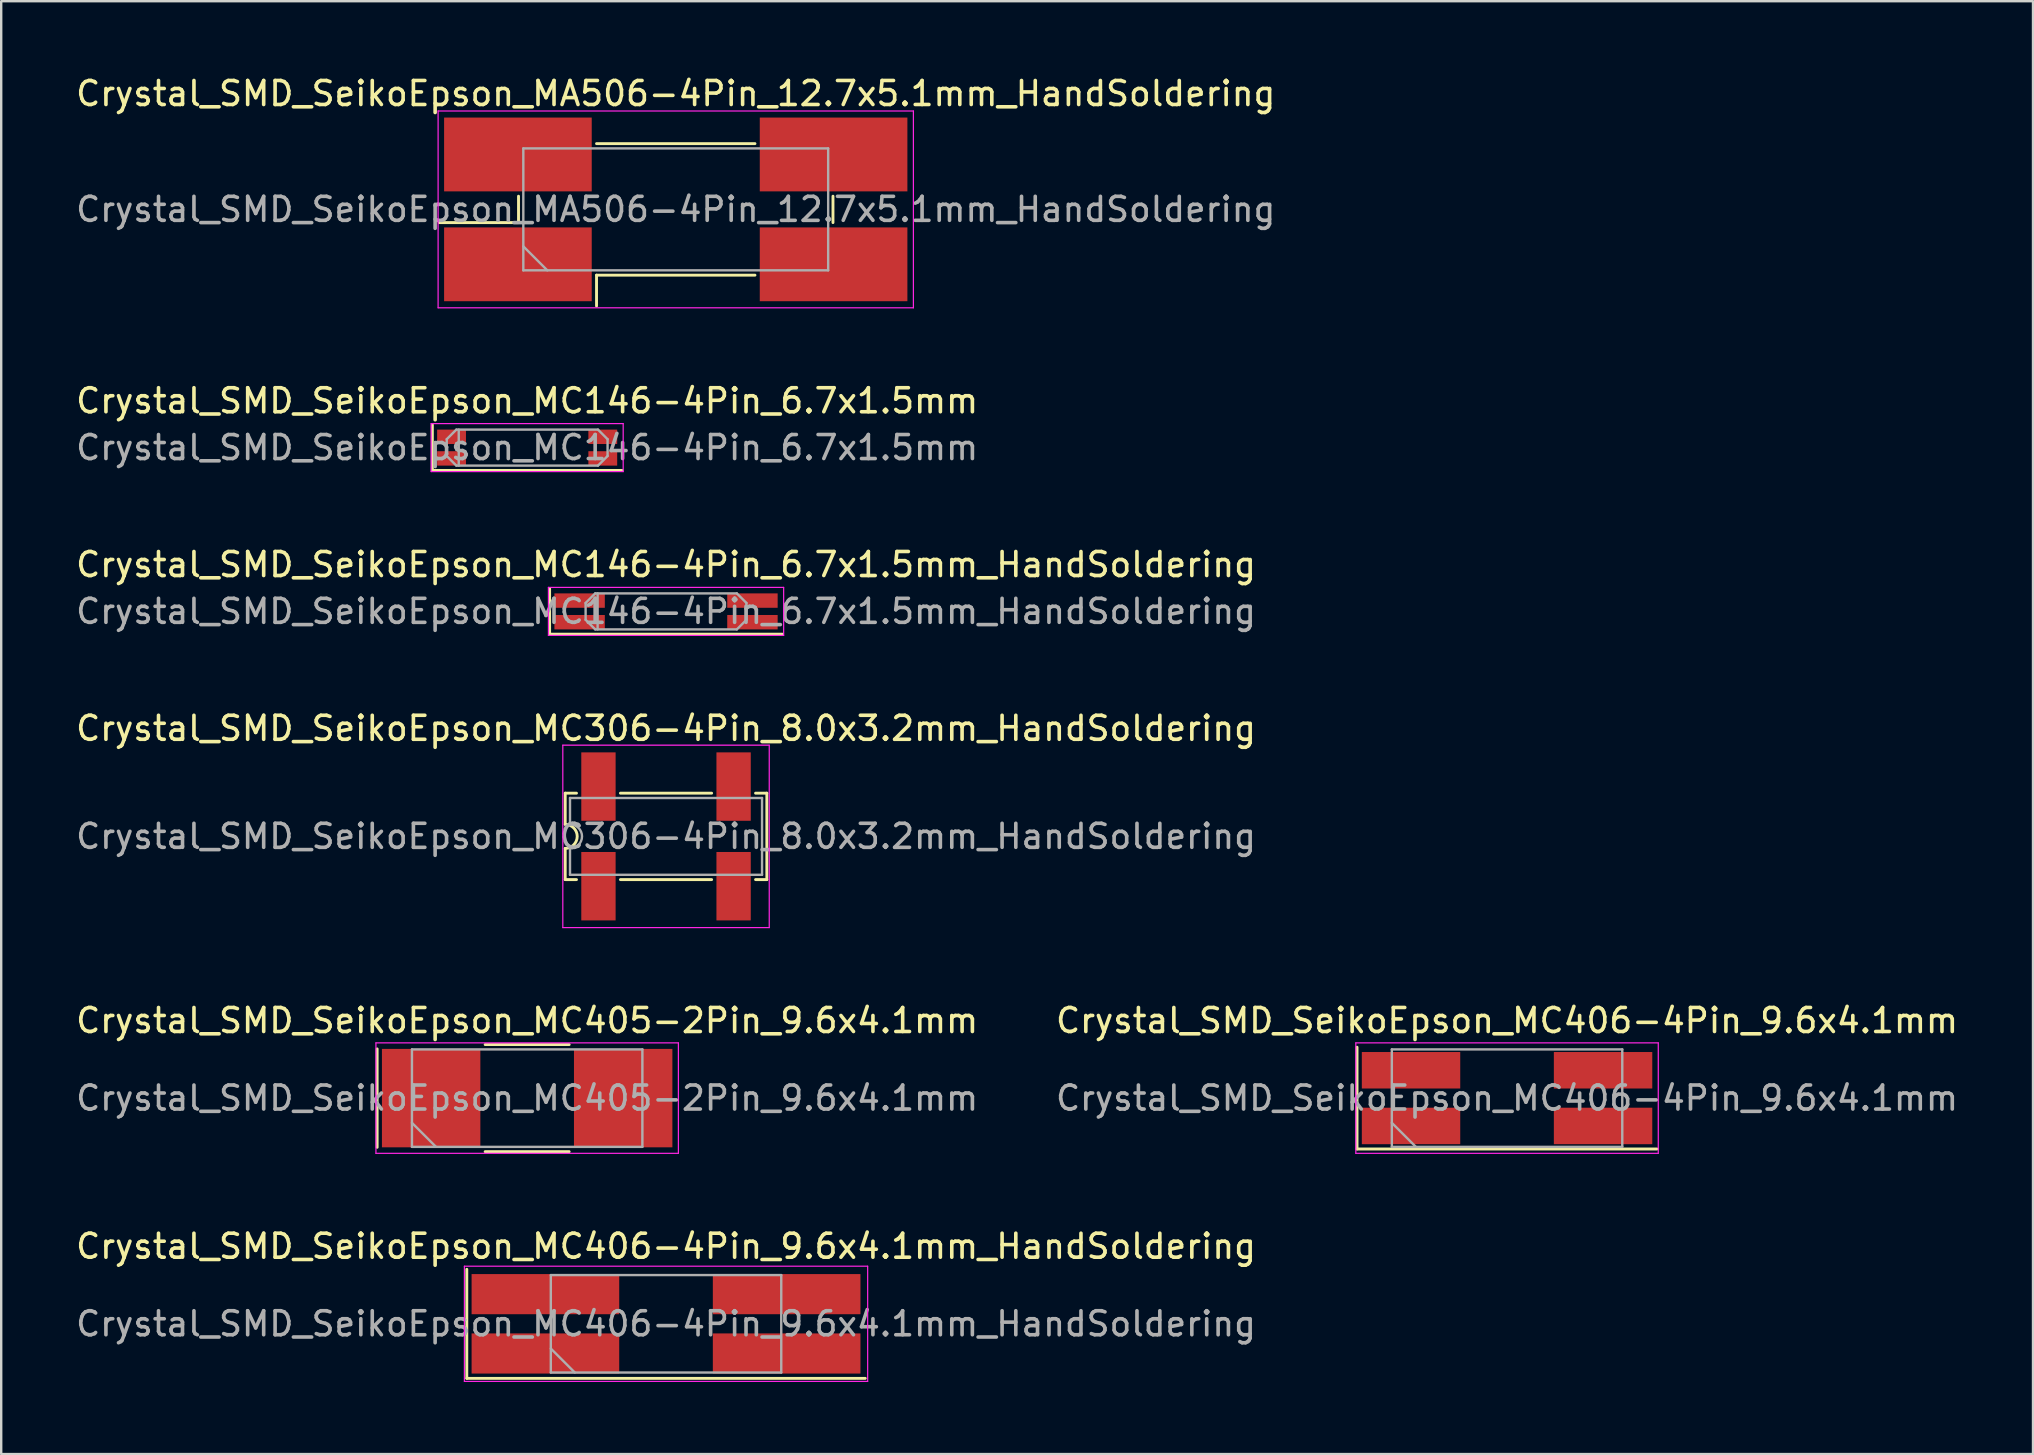
<source format=kicad_pcb>
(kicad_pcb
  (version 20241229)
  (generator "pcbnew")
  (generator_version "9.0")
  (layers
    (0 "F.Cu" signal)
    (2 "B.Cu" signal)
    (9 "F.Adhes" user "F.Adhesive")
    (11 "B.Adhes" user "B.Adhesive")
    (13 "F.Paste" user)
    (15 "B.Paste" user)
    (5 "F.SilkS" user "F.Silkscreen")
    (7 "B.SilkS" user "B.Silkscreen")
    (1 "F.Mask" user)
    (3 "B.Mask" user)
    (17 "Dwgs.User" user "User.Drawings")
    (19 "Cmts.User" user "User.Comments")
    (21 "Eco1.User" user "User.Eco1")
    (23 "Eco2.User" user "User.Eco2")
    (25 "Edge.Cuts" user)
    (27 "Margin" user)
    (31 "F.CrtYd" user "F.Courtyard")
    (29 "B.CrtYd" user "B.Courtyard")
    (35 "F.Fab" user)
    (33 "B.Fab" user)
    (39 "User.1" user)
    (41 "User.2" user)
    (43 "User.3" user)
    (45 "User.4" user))
  (footprint "Crystal_SMD_SeikoEpson_MC405-2Pin_9.6x4.1mm"
    (layer "F.Cu")
    (at 18.911 42.696)
    (property "Reference" "Crystal_SMD_SeikoEpson_MC405-2Pin_9.6x4.1mm" (at 0 -3.23 0) (layer "F.SilkS") (effects (font (size 1 1) (thickness 0.15))))
    (attr smd)
    (fp_line (start -6.25 -2.05) (end -6.25 2.05) (stroke (width 0.12) (type solid)) (layer "F.SilkS"))
    (fp_line (start -1.75 -2.23) (end 1.75 -2.23) (stroke (width 0.12) (type solid)) (layer "F.SilkS"))
    (fp_line (start -1.75 2.23) (end 1.75 2.23) (stroke (width 0.12) (type solid)) (layer "F.SilkS"))
    (fp_line (start -6.3 -2.3) (end -6.3 2.3) (stroke (width 0.05) (type solid)) (layer "F.CrtYd"))
    (fp_line (start -6.3 2.3) (end 6.3 2.3) (stroke (width 0.05) (type solid)) (layer "F.CrtYd"))
    (fp_line (start 6.3 -2.3) (end -6.3 -2.3) (stroke (width 0.05) (type solid)) (layer "F.CrtYd"))
    (fp_line (start 6.3 2.3) (end 6.3 -2.3) (stroke (width 0.05) (type solid)) (layer "F.CrtYd"))
    (fp_line (start -4.8 -2.03) (end -4.8 2.03) (stroke (width 0.1) (type solid)) (layer "F.Fab"))
    (fp_line (start -4.8 1.03) (end -3.8 2.03) (stroke (width 0.1) (type solid)) (layer "F.Fab"))
    (fp_line (start -4.8 2.03) (end 4.8 2.03) (stroke (width 0.1) (type solid)) (layer "F.Fab"))
    (fp_line (start 4.8 -2.03) (end -4.8 -2.03) (stroke (width 0.1) (type solid)) (layer "F.Fab"))
    (fp_line (start 4.8 2.03) (end 4.8 -2.03) (stroke (width 0.1) (type solid)) (layer "F.Fab"))
    (fp_text user "${REFERENCE}" (at 0 0 0) (layer "F.Fab") (effects (font (size 1 1) (thickness 0.15))))
    (pad "1" smd rect (at -4 0) (size 4.1 4.1) (layers "F.Cu" "F.Mask" "F.Paste"))
    (pad "2" smd rect (at 4 0) (size 4.1 4.1) (layers "F.Cu" "F.Mask" "F.Paste")))
  (footprint "Crystal_SMD_SeikoEpson_MA506-4Pin_12.7x5.1mm_HandSoldering"
    (layer "F.Cu")
    (at 25.101 5.673)
    (property "Reference" "Crystal_SMD_SeikoEpson_MA506-4Pin_12.7x5.1mm_HandSoldering" (at 0 -4.825 0) (layer "F.SilkS") (effects (font (size 1 1) (thickness 0.15))))
    (attr smd)
    (fp_line (start -9.85 0.55) (end -6.55 0.55) (stroke (width 0.12) (type solid)) (layer "F.SilkS"))
    (fp_line (start -6.55 0.55) (end -6.55 -0.55) (stroke (width 0.12) (type solid)) (layer "F.SilkS"))
    (fp_line (start -3.3 -2.74) (end 3.3 -2.74) (stroke (width 0.12) (type solid)) (layer "F.SilkS"))
    (fp_line (start -3.3 2.74) (end -3.3 4.025) (stroke (width 0.12) (type solid)) (layer "F.SilkS"))
    (fp_line (start 3.3 2.74) (end -3.3 2.74) (stroke (width 0.12) (type solid)) (layer "F.SilkS"))
    (fp_line (start 6.55 -0.55) (end 6.55 0.55) (stroke (width 0.12) (type solid)) (layer "F.SilkS"))
    (fp_line (start -9.9 -4.1) (end -9.9 4.1) (stroke (width 0.05) (type solid)) (layer "F.CrtYd"))
    (fp_line (start -9.9 4.1) (end 9.9 4.1) (stroke (width 0.05) (type solid)) (layer "F.CrtYd"))
    (fp_line (start 9.9 -4.1) (end -9.9 -4.1) (stroke (width 0.05) (type solid)) (layer "F.CrtYd"))
    (fp_line (start 9.9 4.1) (end 9.9 -4.1) (stroke (width 0.05) (type solid)) (layer "F.CrtYd"))
    (fp_line (start -6.35 -2.54) (end -6.35 2.54) (stroke (width 0.1) (type solid)) (layer "F.Fab"))
    (fp_line (start -6.35 1.54) (end -5.35 2.54) (stroke (width 0.1) (type solid)) (layer "F.Fab"))
    (fp_line (start -6.35 2.54) (end 6.35 2.54) (stroke (width 0.1) (type solid)) (layer "F.Fab"))
    (fp_line (start 6.35 -2.54) (end -6.35 -2.54) (stroke (width 0.1) (type solid)) (layer "F.Fab"))
    (fp_line (start 6.35 2.54) (end 6.35 -2.54) (stroke (width 0.1) (type solid)) (layer "F.Fab"))
    (fp_text user "${REFERENCE}" (at 0 0 0) (layer "F.Fab") (effects (font (size 1 1) (thickness 0.15))))
    (pad "1" smd rect (at -6.575 2.288) (size 6.15 3.075) (layers "F.Cu" "F.Mask" "F.Paste"))
    (pad "2" smd rect (at 6.575 2.288) (size 6.15 3.075) (layers "F.Cu" "F.Mask" "F.Paste"))
    (pad "3" smd rect (at 6.575 -2.288) (size 6.15 3.075) (layers "F.Cu" "F.Mask" "F.Paste"))
    (pad "4" smd rect (at -6.575 -2.288) (size 6.15 3.075) (layers "F.Cu" "F.Mask" "F.Paste")))
  (footprint "Crystal_SMD_SeikoEpson_MC146-4Pin_6.7x1.5mm"
    (layer "F.Cu")
    (at 18.911 15.597)
    (property "Reference" "Crystal_SMD_SeikoEpson_MC146-4Pin_6.7x1.5mm" (at 0 -1.95 0) (layer "F.SilkS") (effects (font (size 1 1) (thickness 0.15))))
    (attr smd)
    (fp_line (start -3.95 -0.95) (end -3.95 0.95) (stroke (width 0.12) (type solid)) (layer "F.SilkS"))
    (fp_line (start -3.95 0.95) (end 3.95 0.95) (stroke (width 0.12) (type solid)) (layer "F.SilkS"))
    (fp_line (start -4 -1) (end -4 1) (stroke (width 0.05) (type solid)) (layer "F.CrtYd"))
    (fp_line (start -4 1) (end 4 1) (stroke (width 0.05) (type solid)) (layer "F.CrtYd"))
    (fp_line (start 4 -1) (end -4 -1) (stroke (width 0.05) (type solid)) (layer "F.CrtYd"))
    (fp_line (start 4 1) (end 4 -1) (stroke (width 0.05) (type solid)) (layer "F.CrtYd"))
    (fp_line (start -3.35 -0.35) (end -2.95 -0.75) (stroke (width 0.1) (type solid)) (layer "F.Fab"))
    (fp_line (start -3.35 0.35) (end -3.35 -0.35) (stroke (width 0.1) (type solid)) (layer "F.Fab"))
    (fp_line (start -2.95 -0.75) (end 2.95 -0.75) (stroke (width 0.1) (type solid)) (layer "F.Fab"))
    (fp_line (start -2.95 0.75) (end -3.35 0.35) (stroke (width 0.1) (type solid)) (layer "F.Fab"))
    (fp_line (start -2.85 -0.75) (end -2.85 0.75) (stroke (width 0.1) (type solid)) (layer "F.Fab"))
    (fp_line (start 2.95 -0.75) (end 3.35 -0.35) (stroke (width 0.1) (type solid)) (layer "F.Fab"))
    (fp_line (start 2.95 0.75) (end -2.95 0.75) (stroke (width 0.1) (type solid)) (layer "F.Fab"))
    (fp_line (start 3.35 -0.35) (end 3.35 0.35) (stroke (width 0.1) (type solid)) (layer "F.Fab"))
    (fp_line (start 3.35 0.35) (end 2.95 0.75) (stroke (width 0.1) (type solid)) (layer "F.Fab"))
    (fp_text user "${REFERENCE}" (at 0 0 0) (layer "F.Fab") (effects (font (size 1 1) (thickness 0.15))))
    (pad "1" smd rect (at -3.15 0.45) (size 1.2 0.6) (layers "F.Cu" "F.Mask" "F.Paste"))
    (pad "2" smd rect (at 3.15 0.45) (size 1.2 0.6) (layers "F.Cu" "F.Mask" "F.Paste"))
    (pad "3" smd rect (at 3.15 -0.45) (size 1.2 0.6) (layers "F.Cu" "F.Mask" "F.Paste"))
    (pad "4" smd rect (at -3.15 -0.45) (size 1.2 0.6) (layers "F.Cu" "F.Mask" "F.Paste")))
  (footprint "Crystal_SMD_SeikoEpson_MC406-4Pin_9.6x4.1mm_HandSoldering"
    (layer "F.Cu")
    (at 24.696 52.099)
    (property "Reference" "Crystal_SMD_SeikoEpson_MC406-4Pin_9.6x4.1mm_HandSoldering" (at 0 -3.23 0) (layer "F.SilkS") (effects (font (size 1 1) (thickness 0.15))))
    (attr smd)
    (fp_line (start -8.3 -2.272) (end -8.3 2.272) (stroke (width 0.12) (type solid)) (layer "F.SilkS"))
    (fp_line (start -8.3 2.272) (end 8.3 2.272) (stroke (width 0.12) (type solid)) (layer "F.SilkS"))
    (fp_line (start -8.4 -2.4) (end -8.4 2.4) (stroke (width 0.05) (type solid)) (layer "F.CrtYd"))
    (fp_line (start -8.4 2.4) (end 8.4 2.4) (stroke (width 0.05) (type solid)) (layer "F.CrtYd"))
    (fp_line (start 8.4 -2.4) (end -8.4 -2.4) (stroke (width 0.05) (type solid)) (layer "F.CrtYd"))
    (fp_line (start 8.4 2.4) (end 8.4 -2.4) (stroke (width 0.05) (type solid)) (layer "F.CrtYd"))
    (fp_line (start -4.8 -2.03) (end -4.8 2.03) (stroke (width 0.1) (type solid)) (layer "F.Fab"))
    (fp_line (start -4.8 1.03) (end -3.8 2.03) (stroke (width 0.1) (type solid)) (layer "F.Fab"))
    (fp_line (start -4.8 2.03) (end 4.8 2.03) (stroke (width 0.1) (type solid)) (layer "F.Fab"))
    (fp_line (start 4.8 -2.03) (end -4.8 -2.03) (stroke (width 0.1) (type solid)) (layer "F.Fab"))
    (fp_line (start 4.8 2.03) (end 4.8 -2.03) (stroke (width 0.1) (type solid)) (layer "F.Fab"))
    (fp_text user "${REFERENCE}" (at 0 0 0) (layer "F.Fab") (effects (font (size 1 1) (thickness 0.15))))
    (pad "1" smd rect (at -5.025 1.236) (size 6.15 1.672) (layers "F.Cu" "F.Mask" "F.Paste"))
    (pad "2" smd rect (at 5.025 1.236) (size 6.15 1.672) (layers "F.Cu" "F.Mask" "F.Paste"))
    (pad "3" smd rect (at 5.025 -1.236) (size 6.15 1.672) (layers "F.Cu" "F.Mask" "F.Paste"))
    (pad "4" smd rect (at -5.025 -1.236) (size 6.15 1.672) (layers "F.Cu" "F.Mask" "F.Paste")))
  (footprint "Crystal_SMD_SeikoEpson_MC306-4Pin_8.0x3.2mm_HandSoldering"
    (layer "F.Cu")
    (at 24.696 31.793)
    (property "Reference" "Crystal_SMD_SeikoEpson_MC306-4Pin_8.0x3.2mm_HandSoldering" (at 0 -4.5 0) (layer "F.SilkS") (effects (font (size 1 1) (thickness 0.15))))
    (attr smd)
    (fp_line (start -4.2 -1.8) (end -3.73 -1.8) (stroke (width 0.12) (type solid)) (layer "F.SilkS"))
    (fp_line (start -4.2 -0.5) (end -4.2 -1.8) (stroke (width 0.12) (type solid)) (layer "F.SilkS"))
    (fp_line (start -4.2 1.8) (end -4.2 0.5) (stroke (width 0.12) (type solid)) (layer "F.SilkS"))
    (fp_line (start -4.2 1.8) (end -3.73 1.8) (stroke (width 0.12) (type solid)) (layer "F.SilkS"))
    (fp_line (start -1.9 -1.8) (end 1.9 -1.8) (stroke (width 0.12) (type solid)) (layer "F.SilkS"))
    (fp_line (start 1.9 1.8) (end -1.9 1.8) (stroke (width 0.12) (type solid)) (layer "F.SilkS"))
    (fp_line (start 3.73 -1.8) (end 4.2 -1.8) (stroke (width 0.12) (type solid)) (layer "F.SilkS"))
    (fp_line (start 4.2 -1.8) (end 4.2 1.8) (stroke (width 0.12) (type solid)) (layer "F.SilkS"))
    (fp_line (start 4.2 1.8) (end 3.73 1.8) (stroke (width 0.12) (type solid)) (layer "F.SilkS"))
    (fp_arc (start -4.2 -0.5) (mid -3.7 0) (end -4.2 0.5) (stroke (width 0.12) (type solid)) (layer "F.SilkS"))
    (fp_line (start -4.3 -3.8) (end -4.3 3.8) (stroke (width 0.05) (type solid)) (layer "F.CrtYd"))
    (fp_line (start -4.3 3.8) (end 4.3 3.8) (stroke (width 0.05) (type solid)) (layer "F.CrtYd"))
    (fp_line (start 4.3 -3.8) (end -4.3 -3.8) (stroke (width 0.05) (type solid)) (layer "F.CrtYd"))
    (fp_line (start 4.3 3.8) (end 4.3 -3.8) (stroke (width 0.05) (type solid)) (layer "F.CrtYd"))
    (fp_line (start -4 -1.6) (end 4 -1.6) (stroke (width 0.1) (type solid)) (layer "F.Fab"))
    (fp_line (start -4 -0.5) (end -4 -1.6) (stroke (width 0.1) (type solid)) (layer "F.Fab"))
    (fp_line (start -4 1.6) (end -4 0.5) (stroke (width 0.1) (type solid)) (layer "F.Fab"))
    (fp_line (start 4 -1.6) (end 4 1.6) (stroke (width 0.1) (type solid)) (layer "F.Fab"))
    (fp_line (start 4 1.6) (end -4 1.6) (stroke (width 0.1) (type solid)) (layer "F.Fab"))
    (fp_arc (start -4 -0.5) (mid -3.5 0) (end -4 0.5) (stroke (width 0.1) (type solid)) (layer "F.Fab"))
    (fp_text user "${REFERENCE}" (at 0 0 0) (layer "F.Fab") (effects (font (size 1 1) (thickness 0.15))))
    (pad "1" smd rect (at -2.815 2.075) (size 1.43 2.85) (layers "F.Cu" "F.Mask" "F.Paste"))
    (pad "2" smd rect (at 2.815 2.075) (size 1.43 2.85) (layers "F.Cu" "F.Mask" "F.Paste"))
    (pad "3" smd rect (at 2.815 -2.075) (size 1.43 2.85) (layers "F.Cu" "F.Mask" "F.Paste"))
    (pad "4" smd rect (at -2.815 -2.075) (size 1.43 2.85) (layers "F.Cu" "F.Mask" "F.Paste")))
  (footprint "Crystal_SMD_SeikoEpson_MC406-4Pin_9.6x4.1mm"
    (layer "F.Cu")
    (at 59.732 42.696)
    (property "Reference" "Crystal_SMD_SeikoEpson_MC406-4Pin_9.6x4.1mm" (at 0 -3.23 0) (layer "F.SilkS") (effects (font (size 1 1) (thickness 0.15))))
    (attr smd)
    (fp_line (start -6.25 -2.12) (end -6.25 2.12) (stroke (width 0.12) (type solid)) (layer "F.SilkS"))
    (fp_line (start -6.25 2.12) (end 6.25 2.12) (stroke (width 0.12) (type solid)) (layer "F.SilkS"))
    (fp_line (start -6.3 -2.3) (end -6.3 2.3) (stroke (width 0.05) (type solid)) (layer "F.CrtYd"))
    (fp_line (start -6.3 2.3) (end 6.3 2.3) (stroke (width 0.05) (type solid)) (layer "F.CrtYd"))
    (fp_line (start 6.3 -2.3) (end -6.3 -2.3) (stroke (width 0.05) (type solid)) (layer "F.CrtYd"))
    (fp_line (start 6.3 2.3) (end 6.3 -2.3) (stroke (width 0.05) (type solid)) (layer "F.CrtYd"))
    (fp_line (start -4.8 -2.03) (end -4.8 2.03) (stroke (width 0.1) (type solid)) (layer "F.Fab"))
    (fp_line (start -4.8 1.03) (end -3.8 2.03) (stroke (width 0.1) (type solid)) (layer "F.Fab"))
    (fp_line (start -4.8 2.03) (end 4.8 2.03) (stroke (width 0.1) (type solid)) (layer "F.Fab"))
    (fp_line (start 4.8 -2.03) (end -4.8 -2.03) (stroke (width 0.1) (type solid)) (layer "F.Fab"))
    (fp_line (start 4.8 2.03) (end 4.8 -2.03) (stroke (width 0.1) (type solid)) (layer "F.Fab"))
    (fp_text user "${REFERENCE}" (at 0 0 0) (layer "F.Fab") (effects (font (size 1 1) (thickness 0.15))))
    (pad "1" smd rect (at -4 1.16) (size 4.1 1.52) (layers "F.Cu" "F.Mask" "F.Paste"))
    (pad "2" smd rect (at 4 1.16) (size 4.1 1.52) (layers "F.Cu" "F.Mask" "F.Paste"))
    (pad "3" smd rect (at 4 -1.16) (size 4.1 1.52) (layers "F.Cu" "F.Mask" "F.Paste"))
    (pad "4" smd rect (at -4 -1.16) (size 4.1 1.52) (layers "F.Cu" "F.Mask" "F.Paste")))
  (footprint "Crystal_SMD_SeikoEpson_MC146-4Pin_6.7x1.5mm_HandSoldering"
    (layer "F.Cu")
    (at 24.696 22.42)
    (property "Reference" "Crystal_SMD_SeikoEpson_MC146-4Pin_6.7x1.5mm_HandSoldering" (at 0 -1.95 0) (layer "F.SilkS") (effects (font (size 1 1) (thickness 0.15))))
    (attr smd)
    (fp_line (start -4.85 -0.95) (end -4.85 0.95) (stroke (width 0.12) (type solid)) (layer "F.SilkS"))
    (fp_line (start -4.85 0.95) (end 4.85 0.95) (stroke (width 0.12) (type solid)) (layer "F.SilkS"))
    (fp_line (start -4.9 -1) (end -4.9 1) (stroke (width 0.05) (type solid)) (layer "F.CrtYd"))
    (fp_line (start -4.9 1) (end 4.9 1) (stroke (width 0.05) (type solid)) (layer "F.CrtYd"))
    (fp_line (start 4.9 -1) (end -4.9 -1) (stroke (width 0.05) (type solid)) (layer "F.CrtYd"))
    (fp_line (start 4.9 1) (end 4.9 -1) (stroke (width 0.05) (type solid)) (layer "F.CrtYd"))
    (fp_line (start -3.35 -0.35) (end -2.95 -0.75) (stroke (width 0.1) (type solid)) (layer "F.Fab"))
    (fp_line (start -3.35 0.35) (end -3.35 -0.35) (stroke (width 0.1) (type solid)) (layer "F.Fab"))
    (fp_line (start -2.95 -0.75) (end 2.95 -0.75) (stroke (width 0.1) (type solid)) (layer "F.Fab"))
    (fp_line (start -2.95 0.75) (end -3.35 0.35) (stroke (width 0.1) (type solid)) (layer "F.Fab"))
    (fp_line (start -2.85 -0.75) (end -2.85 0.75) (stroke (width 0.1) (type solid)) (layer "F.Fab"))
    (fp_line (start 2.95 -0.75) (end 3.35 -0.35) (stroke (width 0.1) (type solid)) (layer "F.Fab"))
    (fp_line (start 2.95 0.75) (end -2.95 0.75) (stroke (width 0.1) (type solid)) (layer "F.Fab"))
    (fp_line (start 3.35 -0.35) (end 3.35 0.35) (stroke (width 0.1) (type solid)) (layer "F.Fab"))
    (fp_line (start 3.35 0.35) (end 2.95 0.75) (stroke (width 0.1) (type solid)) (layer "F.Fab"))
    (fp_text user "${REFERENCE}" (at 0 0 0) (layer "F.Fab") (effects (font (size 1 1) (thickness 0.15))))
    (pad "1" smd rect (at -3.6 0.45) (size 2.1 0.6) (layers "F.Cu" "F.Mask" "F.Paste"))
    (pad "2" smd rect (at 3.6 0.45) (size 2.1 0.6) (layers "F.Cu" "F.Mask" "F.Paste"))
    (pad "3" smd rect (at 3.6 -0.45) (size 2.1 0.6) (layers "F.Cu" "F.Mask" "F.Paste"))
    (pad "4" smd rect (at -3.6 -0.45) (size 2.1 0.6) (layers "F.Cu" "F.Mask" "F.Paste")))
  (gr_rect
    (start -3 -3)
    (end 81.643 57.525)
    (stroke (width 0.1) (type default))
    (fill no)
    (layer "Edge.Cuts")))
</source>
